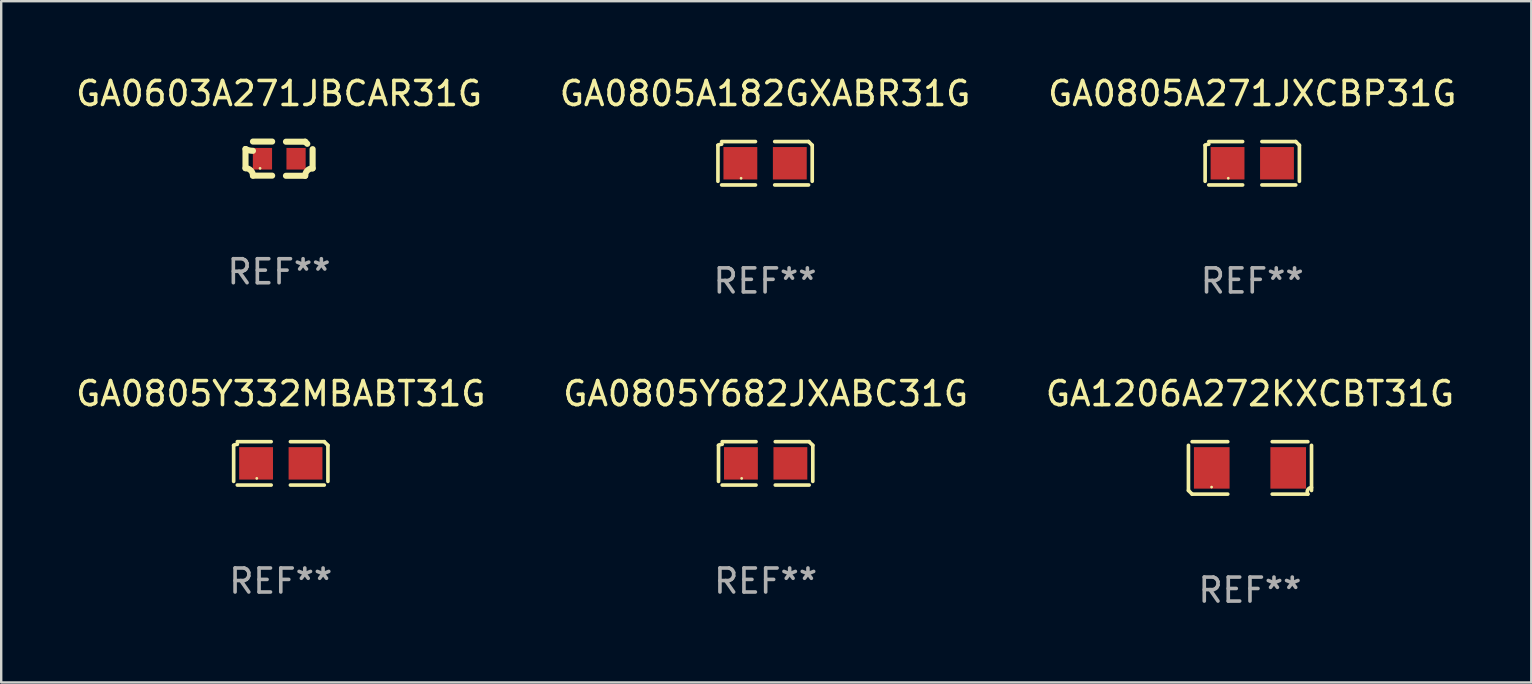
<source format=kicad_pcb>
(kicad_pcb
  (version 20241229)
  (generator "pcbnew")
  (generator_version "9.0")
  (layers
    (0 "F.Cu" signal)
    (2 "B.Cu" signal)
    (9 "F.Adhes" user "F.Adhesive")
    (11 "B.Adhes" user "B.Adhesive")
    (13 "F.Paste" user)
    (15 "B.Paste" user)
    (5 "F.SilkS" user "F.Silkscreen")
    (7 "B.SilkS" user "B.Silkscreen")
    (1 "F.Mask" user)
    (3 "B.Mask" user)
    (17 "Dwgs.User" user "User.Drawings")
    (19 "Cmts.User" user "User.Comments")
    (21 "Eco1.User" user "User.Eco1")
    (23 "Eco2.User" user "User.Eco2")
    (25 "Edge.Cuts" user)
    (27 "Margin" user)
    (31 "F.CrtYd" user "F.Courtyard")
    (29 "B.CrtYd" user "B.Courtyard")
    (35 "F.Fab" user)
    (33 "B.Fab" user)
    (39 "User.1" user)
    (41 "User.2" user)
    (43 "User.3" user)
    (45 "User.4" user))
  (footprint "GA0805Y682JXABC31G"
    (layer "F.Cu")
    (at 28.851 16.256)
    (property "Reference" "GA0805Y682JXABC31G" (at 0 -2.904 0) (layer "F.SilkS") (effects (font (size 1 1) (thickness 0.15))))
    (attr through_hole)
    (fp_line (start -1.964 0.751) (end -1.964 -0.751) (stroke (width 0.152) (type solid)) (layer "F.SilkS"))
    (fp_line (start -1.811 -0.904) (end -0.401 -0.904) (stroke (width 0.152) (type solid)) (layer "F.SilkS"))
    (fp_line (start -0.401 0.904) (end -1.811 0.904) (stroke (width 0.152) (type solid)) (layer "F.SilkS"))
    (fp_line (start 0.401 0.904) (end 1.811 0.904) (stroke (width 0.152) (type solid)) (layer "F.SilkS"))
    (fp_line (start 1.811 -0.904) (end 0.401 -0.904) (stroke (width 0.152) (type solid)) (layer "F.SilkS"))
    (fp_line (start 1.964 0.751) (end 1.964 -0.751) (stroke (width 0.152) (type solid)) (layer "F.SilkS"))
    (fp_arc (start -1.963602 -0.751207) (mid -1.890354 -0.783131) (end -1.811201 -0.794044) (stroke (width 0.1524) (type solid)) (layer "F.SilkS"))
    (fp_arc (start 1.811202 -0.903607) (mid 1.887413 -0.827418) (end 1.963602 -0.751207) (stroke (width 0.1524) (type solid)) (layer "F.SilkS"))
    (fp_circle (center -1 0.625) (end -0.97 0.625) (stroke (width 0.06) (type solid)) (fill no) (layer "F.SilkS"))
    (fp_text user "REF**" (at 0 4.904 0) (layer "F.Fab") (effects (font (size 1 1) (thickness 0.15))))
    (pad "1" smd rect (at -1.03 0) (size 1.41 1.35) (layers "F.Cu" "F.Mask" "F.Paste"))
    (pad "2" smd rect (at 1.03 0) (size 1.41 1.35) (layers "F.Cu" "F.Mask" "F.Paste")))
  (footprint "GA0805Y332MBABT31G"
    (layer "F.Cu")
    (at 8.649 16.256)
    (property "Reference" "GA0805Y332MBABT31G" (at 0 -2.904 0) (layer "F.SilkS") (effects (font (size 1 1) (thickness 0.15))))
    (attr through_hole)
    (fp_line (start -1.964 0.751) (end -1.964 -0.751) (stroke (width 0.152) (type solid)) (layer "F.SilkS"))
    (fp_line (start -1.811 -0.904) (end -0.401 -0.904) (stroke (width 0.152) (type solid)) (layer "F.SilkS"))
    (fp_line (start -0.401 0.904) (end -1.811 0.904) (stroke (width 0.152) (type solid)) (layer "F.SilkS"))
    (fp_line (start 0.401 0.904) (end 1.811 0.904) (stroke (width 0.152) (type solid)) (layer "F.SilkS"))
    (fp_line (start 1.811 -0.904) (end 0.401 -0.904) (stroke (width 0.152) (type solid)) (layer "F.SilkS"))
    (fp_line (start 1.964 0.751) (end 1.964 -0.751) (stroke (width 0.152) (type solid)) (layer "F.SilkS"))
    (fp_arc (start -1.963602 -0.751207) (mid -1.890354 -0.783131) (end -1.811201 -0.794044) (stroke (width 0.1524) (type solid)) (layer "F.SilkS"))
    (fp_arc (start 1.811202 -0.903607) (mid 1.887413 -0.827418) (end 1.963602 -0.751207) (stroke (width 0.1524) (type solid)) (layer "F.SilkS"))
    (fp_circle (center -1 0.625) (end -0.97 0.625) (stroke (width 0.06) (type solid)) (fill no) (layer "F.SilkS"))
    (fp_text user "REF**" (at 0 4.904 0) (layer "F.Fab") (effects (font (size 1 1) (thickness 0.15))))
    (pad "1" smd rect (at -1.03 0) (size 1.41 1.35) (layers "F.Cu" "F.Mask" "F.Paste"))
    (pad "2" smd rect (at 1.03 0) (size 1.41 1.35) (layers "F.Cu" "F.Mask" "F.Paste")))
  (footprint "GA0805A182GXABR31G"
    (layer "F.Cu")
    (at 28.827 3.752)
    (property "Reference" "GA0805A182GXABR31G" (at 0 -2.904 0) (layer "F.SilkS") (effects (font (size 1 1) (thickness 0.15))))
    (attr through_hole)
    (fp_line (start -1.964 0.751) (end -1.964 -0.751) (stroke (width 0.152) (type solid)) (layer "F.SilkS"))
    (fp_line (start -1.811 -0.904) (end -0.401 -0.904) (stroke (width 0.152) (type solid)) (layer "F.SilkS"))
    (fp_line (start -0.401 0.904) (end -1.811 0.904) (stroke (width 0.152) (type solid)) (layer "F.SilkS"))
    (fp_line (start 0.401 0.904) (end 1.811 0.904) (stroke (width 0.152) (type solid)) (layer "F.SilkS"))
    (fp_line (start 1.811 -0.904) (end 0.401 -0.904) (stroke (width 0.152) (type solid)) (layer "F.SilkS"))
    (fp_line (start 1.964 0.751) (end 1.964 -0.751) (stroke (width 0.152) (type solid)) (layer "F.SilkS"))
    (fp_arc (start -1.963602 -0.751207) (mid -1.890354 -0.783131) (end -1.811201 -0.794044) (stroke (width 0.1524) (type solid)) (layer "F.SilkS"))
    (fp_arc (start 1.811202 -0.903607) (mid 1.887413 -0.827418) (end 1.963602 -0.751207) (stroke (width 0.1524) (type solid)) (layer "F.SilkS"))
    (fp_circle (center -1 0.625) (end -0.97 0.625) (stroke (width 0.06) (type solid)) (fill no) (layer "F.SilkS"))
    (fp_text user "REF**" (at 0 4.904 0) (layer "F.Fab") (effects (font (size 1 1) (thickness 0.15))))
    (pad "1" smd rect (at -1.03 0) (size 1.41 1.35) (layers "F.Cu" "F.Mask" "F.Paste"))
    (pad "2" smd rect (at 1.03 0) (size 1.41 1.35) (layers "F.Cu" "F.Mask" "F.Paste")))
  (footprint "GA0603A271JBCAR31G"
    (layer "F.Cu")
    (at 8.577 3.561)
    (property "Reference" "GA0603A271JBCAR31G" (at 0 -2.713 0) (layer "F.SilkS") (effects (font (size 1 1) (thickness 0.15))))
    (attr through_hole)
    (fp_line (start -1.398 -0.403) (end -1.398 0.397) (stroke (width 0.254) (type solid)) (layer "F.SilkS"))
    (fp_line (start -0.288 -0.713) (end -1.088 -0.713) (stroke (width 0.254) (type solid)) (layer "F.SilkS"))
    (fp_line (start -0.288 0.707) (end -1.088 0.707) (stroke (width 0.254) (type solid)) (layer "F.SilkS"))
    (fp_line (start 0.288 -0.707) (end 1.088 -0.707) (stroke (width 0.254) (type solid)) (layer "F.SilkS"))
    (fp_line (start 0.288 0.713) (end 1.088 0.713) (stroke (width 0.254) (type solid)) (layer "F.SilkS"))
    (fp_line (start 1.398 -0.397) (end 1.398 0.403) (stroke (width 0.254) (type solid)) (layer "F.SilkS"))
    (fp_arc (start -1.397789 0.397066) (mid -1.178701 0.487826) (end -1.08796 0.706922) (stroke (width 0.254001) (type solid)) (layer "F.SilkS"))
    (fp_arc (start -1.08796 -0.327176) (mid -1.247436 -0.346384) (end -1.39779 -0.402908) (stroke (width 0.254001) (type solid)) (layer "F.SilkS"))
    (fp_arc (start 1.087909 0.712738) (mid 1.178656 0.493655) (end 1.397739 0.402908) (stroke (width 0.254001) (type solid)) (layer "F.SilkS"))
    (fp_arc (start 1.175925 -0.618926) (mid 1.131917 -0.662923) (end 1.08791 -0.706922) (stroke (width 0.254001) (type solid)) (layer "F.SilkS"))
    (fp_circle (center -0.792 0.403) (end -0.762 0.403) (stroke (width 0.06) (type solid)) (fill no) (layer "F.SilkS"))
    (fp_text user "REF**" (at 0 4.713 0) (layer "F.Fab") (effects (font (size 1 1) (thickness 0.15))))
    (pad "1" smd rect (at -0.692 0.003) (size 0.8 0.9) (layers "F.Cu" "F.Mask" "F.Paste"))
    (pad "2" smd rect (at 0.708 0.003) (size 0.8 0.9) (layers "F.Cu" "F.Mask" "F.Paste")))
  (footprint "GA0805A271JXCBP31G"
    (layer "F.Cu")
    (at 49.125 3.752)
    (property "Reference" "GA0805A271JXCBP31G" (at 0 -2.904 0) (layer "F.SilkS") (effects (font (size 1 1) (thickness 0.15))))
    (attr through_hole)
    (fp_line (start -1.964 0.751) (end -1.964 -0.751) (stroke (width 0.152) (type solid)) (layer "F.SilkS"))
    (fp_line (start -1.811 -0.904) (end -0.401 -0.904) (stroke (width 0.152) (type solid)) (layer "F.SilkS"))
    (fp_line (start -0.401 0.904) (end -1.811 0.904) (stroke (width 0.152) (type solid)) (layer "F.SilkS"))
    (fp_line (start 0.401 0.904) (end 1.811 0.904) (stroke (width 0.152) (type solid)) (layer "F.SilkS"))
    (fp_line (start 1.811 -0.904) (end 0.401 -0.904) (stroke (width 0.152) (type solid)) (layer "F.SilkS"))
    (fp_line (start 1.964 0.751) (end 1.964 -0.751) (stroke (width 0.152) (type solid)) (layer "F.SilkS"))
    (fp_arc (start -1.963602 -0.751207) (mid -1.890354 -0.783131) (end -1.811201 -0.794044) (stroke (width 0.1524) (type solid)) (layer "F.SilkS"))
    (fp_arc (start 1.811202 -0.903607) (mid 1.887413 -0.827418) (end 1.963602 -0.751207) (stroke (width 0.1524) (type solid)) (layer "F.SilkS"))
    (fp_circle (center -1 0.625) (end -0.97 0.625) (stroke (width 0.06) (type solid)) (fill no) (layer "F.SilkS"))
    (fp_text user "REF**" (at 0 4.904 0) (layer "F.Fab") (effects (font (size 1 1) (thickness 0.15))))
    (pad "1" smd rect (at -1.03 0) (size 1.41 1.35) (layers "F.Cu" "F.Mask" "F.Paste"))
    (pad "2" smd rect (at 1.03 0) (size 1.41 1.35) (layers "F.Cu" "F.Mask" "F.Paste")))
  (footprint "GA1206A272KXCBT31G"
    (layer "F.Cu")
    (at 49.03 16.445)
    (property "Reference" "GA1206A272KXCBT31G" (at 0 -3.093 0) (layer "F.SilkS") (effects (font (size 1 1) (thickness 0.15))))
    (attr through_hole)
    (fp_line (start -2.564 0.94) (end -2.564 -0.94) (stroke (width 0.152) (type solid)) (layer "F.SilkS"))
    (fp_line (start -2.411 -1.093) (end -0.926 -1.093) (stroke (width 0.152) (type solid)) (layer "F.SilkS"))
    (fp_line (start -0.926 1.093) (end -2.411 1.093) (stroke (width 0.152) (type solid)) (layer "F.SilkS"))
    (fp_line (start 0.926 1.093) (end 2.411 1.093) (stroke (width 0.152) (type solid)) (layer "F.SilkS"))
    (fp_line (start 2.411 -1.093) (end 0.926 -1.093) (stroke (width 0.152) (type solid)) (layer "F.SilkS"))
    (fp_line (start 2.564 0.94) (end 2.564 -0.94) (stroke (width 0.152) (type solid)) (layer "F.SilkS"))
    (fp_arc (start -2.411201 1.092609) (mid -2.487413 1.01642) (end -2.563602 0.940208) (stroke (width 0.1524) (type solid)) (layer "F.SilkS"))
    (fp_arc (start 2.411201 1.092609) (mid 2.407159 0.911226) (end 2.563602 0.819347) (stroke (width 0.1524) (type solid)) (layer "F.SilkS"))
    (fp_circle (center -1.6 0.8) (end -1.57 0.8) (stroke (width 0.06) (type solid)) (fill no) (layer "F.SilkS"))
    (fp_text user "REF**" (at 0 5.093 0) (layer "F.Fab") (effects (font (size 1 1) (thickness 0.15))))
    (pad "1" smd rect (at -1.593 0) (size 1.485 1.728) (layers "F.Cu" "F.Mask" "F.Paste"))
    (pad "2" smd rect (at 1.593 0) (size 1.485 1.728) (layers "F.Cu" "F.Mask" "F.Paste")))
  (gr_rect
    (start -3 -3)
    (end 60.75 25.385)
    (stroke (width 0.1) (type default))
    (fill no)
    (layer "Edge.Cuts")))
</source>
